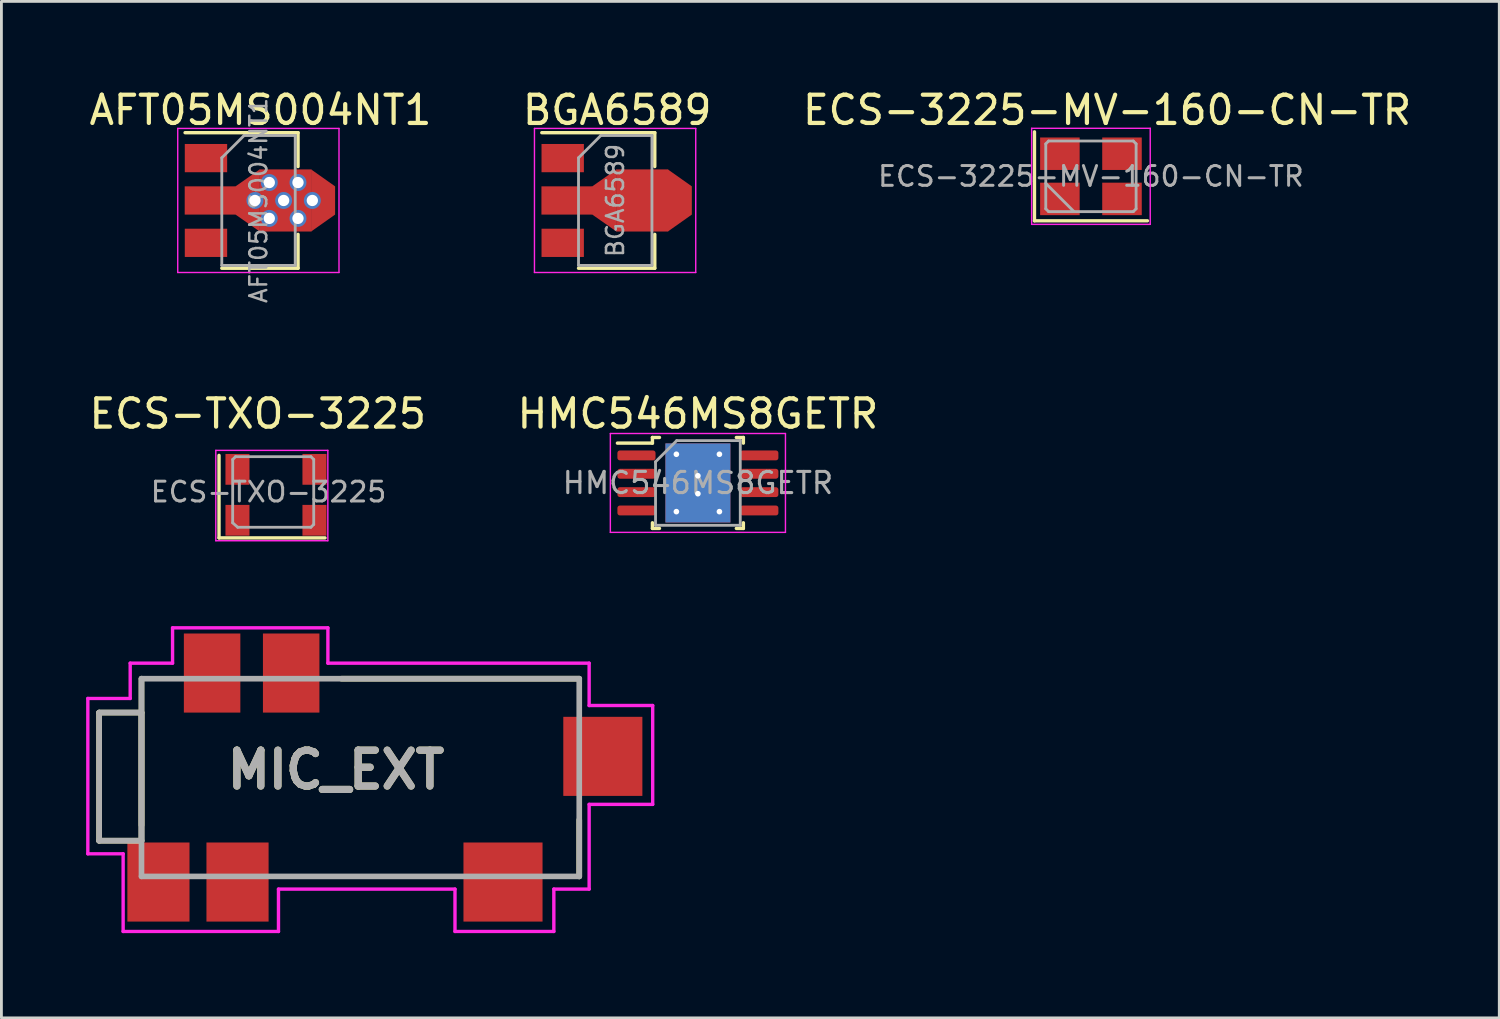
<source format=kicad_pcb>
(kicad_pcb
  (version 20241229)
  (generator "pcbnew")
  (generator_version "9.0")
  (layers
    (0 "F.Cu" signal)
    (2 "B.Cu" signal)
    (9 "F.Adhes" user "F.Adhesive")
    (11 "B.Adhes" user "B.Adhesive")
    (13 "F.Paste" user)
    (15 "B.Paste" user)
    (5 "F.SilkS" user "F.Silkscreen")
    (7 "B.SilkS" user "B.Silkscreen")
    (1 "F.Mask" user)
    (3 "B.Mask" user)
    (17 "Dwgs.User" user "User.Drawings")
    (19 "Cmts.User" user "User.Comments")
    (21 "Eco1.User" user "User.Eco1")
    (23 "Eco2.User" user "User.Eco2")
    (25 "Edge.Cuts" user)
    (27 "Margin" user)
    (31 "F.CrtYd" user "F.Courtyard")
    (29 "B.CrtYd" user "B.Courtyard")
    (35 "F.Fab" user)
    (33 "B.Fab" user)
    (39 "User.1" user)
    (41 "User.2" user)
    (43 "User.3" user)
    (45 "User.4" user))
  (footprint "ECS-3225-MV-160-CN-TR"
    (layer "F.Cu")
    (at 36.149 0.348)
    (property "Reference" "ECS-3225-MV-160-CN-TR" (at 0 0.5 0) (layer "F.SilkS") (effects (font (size 1 1) (thickness 0.15))))
    (attr through_hole)
    (fp_line (start -2.571 1.27) (end -2.571 4.42) (stroke (width 0.12) (type solid)) (layer "F.SilkS"))
    (fp_line (start -2.571 4.42) (end 1.429 4.42) (stroke (width 0.12) (type solid)) (layer "F.SilkS"))
    (fp_line (start -2.671 1.145) (end -2.671 4.545) (stroke (width 0.05) (type solid)) (layer "F.CrtYd"))
    (fp_line (start -2.671 4.545) (end 1.528 4.545) (stroke (width 0.05) (type solid)) (layer "F.CrtYd"))
    (fp_line (start 1.528 1.145) (end -2.671 1.145) (stroke (width 0.05) (type solid)) (layer "F.CrtYd"))
    (fp_line (start 1.528 4.545) (end 1.528 1.145) (stroke (width 0.05) (type solid)) (layer "F.CrtYd"))
    (fp_line (start -2.171 1.695) (end -2.071 1.595) (stroke (width 0.1) (type solid)) (layer "F.Fab"))
    (fp_line (start -2.171 3.095) (end -1.171 4.095) (stroke (width 0.1) (type solid)) (layer "F.Fab"))
    (fp_line (start -2.171 3.995) (end -2.171 1.695) (stroke (width 0.1) (type solid)) (layer "F.Fab"))
    (fp_line (start -2.071 1.595) (end 0.928 1.595) (stroke (width 0.1) (type solid)) (layer "F.Fab"))
    (fp_line (start -2.071 4.095) (end -2.171 3.995) (stroke (width 0.1) (type solid)) (layer "F.Fab"))
    (fp_line (start 0.928 1.595) (end 1.028 1.695) (stroke (width 0.1) (type solid)) (layer "F.Fab"))
    (fp_line (start 0.928 4.095) (end -2.071 4.095) (stroke (width 0.1) (type solid)) (layer "F.Fab"))
    (fp_line (start 1.028 1.695) (end 1.028 3.995) (stroke (width 0.1) (type solid)) (layer "F.Fab"))
    (fp_line (start 1.028 3.995) (end 0.928 4.095) (stroke (width 0.1) (type solid)) (layer "F.Fab"))
    (fp_text user "${REFERENCE}" (at -0.572 2.845 0) (layer "F.Fab") (effects (font (size 0.7 0.7) (thickness 0.105))))
    (pad "1" smd rect (at -1.671 3.645) (size 1.4 1.15) (layers "F.Cu" "F.Mask" "F.Paste"))
    (pad "2" smd rect (at 0.528 3.645) (size 1.4 1.15) (layers "F.Cu" "F.Mask" "F.Paste"))
    (pad "3" smd rect (at 0.528 2.045) (size 1.4 1.15) (layers "F.Cu" "F.Mask" "F.Paste"))
    (pad "4" smd rect (at -1.671 2.045) (size 1.4 1.15) (layers "F.Cu" "F.Mask" "F.Paste")))
  (footprint "BGA6589"
    (layer "F.Cu")
    (at 18.354 4.048)
    (property "Reference" "BGA6589" (at 0.45 -3.2 0) (layer "F.SilkS") (effects (font (size 1 1) (thickness 0.15))))
    (attr smd)
    (fp_line (start -2.22 -2.4) (end 1.78 -2.4) (stroke (width 0.12) (type solid)) (layer "F.SilkS"))
    (fp_line (start 1.78 -2.4) (end 1.78 -1.2) (stroke (width 0.12) (type solid)) (layer "F.SilkS"))
    (fp_line (start 1.78 1.2) (end 1.78 2.4) (stroke (width 0.12) (type solid)) (layer "F.SilkS"))
    (fp_line (start 1.78 2.4) (end -0.92 2.4) (stroke (width 0.12) (type solid)) (layer "F.SilkS"))
    (fp_line (start -2.48 2.55) (end -2.48 -2.55) (stroke (width 0.05) (type solid)) (layer "F.CrtYd"))
    (fp_line (start -2.48 2.55) (end 3.23 2.55) (stroke (width 0.05) (type solid)) (layer "F.CrtYd"))
    (fp_line (start 3.23 -2.55) (end -2.48 -2.55) (stroke (width 0.05) (type solid)) (layer "F.CrtYd"))
    (fp_line (start 3.23 -2.55) (end 3.23 2.55) (stroke (width 0.05) (type solid)) (layer "F.CrtYd"))
    (fp_line (start -0.92 -1.51) (end -0.13 -2.3) (stroke (width 0.1) (type solid)) (layer "F.Fab"))
    (fp_line (start -0.92 2.3) (end -0.92 -1.51) (stroke (width 0.1) (type solid)) (layer "F.Fab"))
    (fp_line (start -0.13 -2.3) (end 1.68 -2.3) (stroke (width 0.1) (type solid)) (layer "F.Fab"))
    (fp_line (start 1.68 -2.3) (end 1.68 2.3) (stroke (width 0.1) (type solid)) (layer "F.Fab"))
    (fp_line (start 1.68 2.3) (end -0.92 2.3) (stroke (width 0.1) (type solid)) (layer "F.Fab"))
    (fp_text user "${REFERENCE}" (at 0.38 0 90) (layer "F.Fab") (effects (font (size 0.6 0.6) (thickness 0.09))))
    (pad "1" smd rect (at -1.48 1.5 270) (size 1 1.5) (layers "F.Cu" "F.Mask" "F.Paste"))
    (pad "2" smd rect (at -1.333 0 270) (size 1 1.8) (layers "F.Cu" "F.Mask" "F.Paste"))
    (pad "2" smd trapezoid (at -0.076 0 90) (size 1.5 1) (rect_delta 0 0.7) (layers "F.Cu" "F.Mask" "F.Paste"))
    (pad "2" smd rect (at 1.333 0 270) (size 2.2 1.84) (layers "F.Cu" "F.Mask" "F.Paste"))
    (pad "2" smd trapezoid (at 2.667 0 270) (size 1.6 0.85) (rect_delta 0 0.6) (layers "F.Cu" "F.Mask" "F.Paste"))
    (pad "3" smd rect (at -1.48 -1.5 270) (size 1 1.5) (layers "F.Cu" "F.Mask" "F.Paste")))
  (footprint "ECS-TXO-3225"
    (layer "F.Cu")
    (at 6.458 14.369)
    (property "Reference" "ECS-TXO-3225" (at -0.381 -2.769 0) (layer "F.SilkS") (effects (font (size 1 1) (thickness 0.15))))
    (attr smd)
    (fp_line (start -1.753 -1.295) (end -1.753 1.626) (stroke (width 0.12) (type solid)) (layer "F.SilkS"))
    (fp_line (start -1.753 1.626) (end 2 1.626) (stroke (width 0.12) (type solid)) (layer "F.SilkS"))
    (fp_line (start -1.867 -1.473) (end -1.867 1.727) (stroke (width 0.05) (type solid)) (layer "F.CrtYd"))
    (fp_line (start -1.867 1.727) (end 2.1 1.727) (stroke (width 0.05) (type solid)) (layer "F.CrtYd"))
    (fp_line (start 2.1 -1.473) (end -1.867 -1.473) (stroke (width 0.05) (type solid)) (layer "F.CrtYd"))
    (fp_line (start 2.1 1.727) (end 2.1 -1.473) (stroke (width 0.05) (type solid)) (layer "F.CrtYd"))
    (fp_line (start -1.27 1.092) (end -1.268 -1.15) (stroke (width 0.1) (type solid)) (layer "F.Fab"))
    (fp_line (start -1.268 -1.15) (end -1.168 -1.25) (stroke (width 0.1) (type solid)) (layer "F.Fab"))
    (fp_line (start -1.168 -1.25) (end 1.5 -1.25) (stroke (width 0.1) (type solid)) (layer "F.Fab"))
    (fp_line (start -1.092 1.25) (end -1.27 1.092) (stroke (width 0.1) (type solid)) (layer "F.Fab"))
    (fp_line (start 1.5 -1.25) (end 1.6 -1.15) (stroke (width 0.1) (type solid)) (layer "F.Fab"))
    (fp_line (start 1.5 1.25) (end -1.092 1.25) (stroke (width 0.1) (type solid)) (layer "F.Fab"))
    (fp_line (start 1.6 -1.15) (end 1.6 1.15) (stroke (width 0.1) (type solid)) (layer "F.Fab"))
    (fp_line (start 1.6 1.15) (end 1.5 1.25) (stroke (width 0.1) (type solid)) (layer "F.Fab"))
    (fp_text user "${REFERENCE}" (at 0 0 0) (layer "F.Fab") (effects (font (size 0.7 0.7) (thickness 0.105))))
    (pad "1" smd rect (at -1.1 1.003) (size 0.85 1.09) (layers "F.Cu" "F.Mask" "F.Paste"))
    (pad "2" smd rect (at 1.626 1.003) (size 0.85 1.09) (layers "F.Cu" "F.Mask" "F.Paste"))
    (pad "3" smd rect (at 1.626 -0.8) (size 0.85 1.09) (layers "F.Cu" "F.Mask" "F.Paste"))
    (pad "4" smd rect (at -1.1 -0.8) (size 0.85 1.09) (layers "F.Cu" "F.Mask" "F.Paste")))
  (footprint "MIC_EXT"
    (layer "F.Cu")
    (at 2.56 28.181)
    (property "Reference" "MIC_EXT" (at 6.286 -3.974 0) (layer "F.SilkS") (effects (font (size 1.27 1.27) (thickness 0.254))))
    (attr smd)
    (fp_line (start -2.1 -6) (end -0.6 -6) (stroke (width 0.2) (type solid)) (layer "F.SilkS"))
    (fp_line (start -2.1 -1.463) (end -2.1 -6) (stroke (width 0.2) (type solid)) (layer "F.SilkS"))
    (fp_line (start -0.6 -7.2) (end -0.6 -2.01) (stroke (width 0.2) (type solid)) (layer "F.SilkS"))
    (fp_line (start -0.6 -6) (end -0.6 -1.463) (stroke (width 0.2) (type solid)) (layer "F.SilkS"))
    (fp_line (start -0.6 -1.463) (end -2.1 -1.463) (stroke (width 0.2) (type solid)) (layer "F.SilkS"))
    (fp_line (start 14.9 -7.2) (end 6.48 -7.2) (stroke (width 0.2) (type solid)) (layer "F.SilkS"))
    (fp_line (start 14.9 -0.2) (end 14.9 -2.201) (stroke (width 0.2) (type solid)) (layer "F.SilkS"))
    (fp_line (start -2.5 -6.5) (end -1 -6.5) (stroke (width 0.12) (type solid)) (layer "F.CrtYd"))
    (fp_line (start -2.5 -1) (end -2.5 -6.5) (stroke (width 0.12) (type solid)) (layer "F.CrtYd"))
    (fp_line (start -1.25 -1) (end -2.5 -1) (stroke (width 0.12) (type solid)) (layer "F.CrtYd"))
    (fp_line (start -1.25 1.75) (end -1.25 -1) (stroke (width 0.12) (type solid)) (layer "F.CrtYd"))
    (fp_line (start -1 -7.75) (end 0.5 -7.75) (stroke (width 0.12) (type solid)) (layer "F.CrtYd"))
    (fp_line (start -1 -6.5) (end -1 -7.75) (stroke (width 0.12) (type solid)) (layer "F.CrtYd"))
    (fp_line (start 0.5 -9) (end 6 -9) (stroke (width 0.12) (type solid)) (layer "F.CrtYd"))
    (fp_line (start 0.5 -7.75) (end 0.5 -9) (stroke (width 0.12) (type solid)) (layer "F.CrtYd"))
    (fp_line (start 4.25 0.25) (end 4.25 1.75) (stroke (width 0.12) (type solid)) (layer "F.CrtYd"))
    (fp_line (start 4.25 1.75) (end -1.25 1.75) (stroke (width 0.12) (type solid)) (layer "F.CrtYd"))
    (fp_line (start 6 -9) (end 6 -7.75) (stroke (width 0.12) (type solid)) (layer "F.CrtYd"))
    (fp_line (start 6 -7.75) (end 15.25 -7.75) (stroke (width 0.12) (type solid)) (layer "F.CrtYd"))
    (fp_line (start 10.5 0.25) (end 4.25 0.25) (stroke (width 0.12) (type solid)) (layer "F.CrtYd"))
    (fp_line (start 10.5 1.75) (end 10.5 0.25) (stroke (width 0.12) (type solid)) (layer "F.CrtYd"))
    (fp_line (start 14 0.25) (end 14 1.75) (stroke (width 0.12) (type solid)) (layer "F.CrtYd"))
    (fp_line (start 14 1.75) (end 10.5 1.75) (stroke (width 0.12) (type solid)) (layer "F.CrtYd"))
    (fp_line (start 15.25 -7.75) (end 15.25 -6.25) (stroke (width 0.12) (type solid)) (layer "F.CrtYd"))
    (fp_line (start 15.25 -6.25) (end 17.5 -6.25) (stroke (width 0.12) (type solid)) (layer "F.CrtYd"))
    (fp_line (start 15.25 -2.75) (end 15.25 0.25) (stroke (width 0.12) (type solid)) (layer "F.CrtYd"))
    (fp_line (start 15.25 0.25) (end 14 0.25) (stroke (width 0.12) (type solid)) (layer "F.CrtYd"))
    (fp_line (start 17.5 -6.25) (end 17.5 -2.75) (stroke (width 0.12) (type solid)) (layer "F.CrtYd"))
    (fp_line (start 17.5 -2.75) (end 15.25 -2.75) (stroke (width 0.12) (type solid)) (layer "F.CrtYd"))
    (fp_line (start -2.1 -6) (end -0.6 -6) (stroke (width 0.2) (type solid)) (layer "F.Fab"))
    (fp_line (start -2.1 -1.463) (end -2.1 -6) (stroke (width 0.2) (type solid)) (layer "F.Fab"))
    (fp_line (start -0.6 -7.2) (end 14.9 -7.2) (stroke (width 0.2) (type solid)) (layer "F.Fab"))
    (fp_line (start -0.6 -6) (end -0.6 -1.463) (stroke (width 0.2) (type solid)) (layer "F.Fab"))
    (fp_line (start -0.6 -1.463) (end -2.1 -1.463) (stroke (width 0.2) (type solid)) (layer "F.Fab"))
    (fp_line (start -0.6 -0.2) (end -0.6 -7.2) (stroke (width 0.2) (type solid)) (layer "F.Fab"))
    (fp_line (start 14.9 -7.2) (end 14.9 -0.2) (stroke (width 0.2) (type solid)) (layer "F.Fab"))
    (fp_line (start 14.9 -0.2) (end -0.6 -0.2) (stroke (width 0.2) (type solid)) (layer "F.Fab"))
    (fp_text user "${REFERENCE}" (at 6.286 -3.974 0) (layer "F.Fab") (effects (font (size 1.27 1.27) (thickness 0.254))))
    (pad "" np_thru_hole circle (at 3.9 -3.7) (size 0.001 0.001) (drill 1.7) (layers "*.Cu" "*.Mask"))
    (pad "" np_thru_hole circle (at 10.9 -3.7) (size 0.001 0.001) (drill 1.7) (layers "*.Cu" "*.Mask"))
    (pad "1" smd rect (at 12.2 0 90) (size 2.8 2.8) (layers "F.Cu" "F.Mask" "F.Paste"))
    (pad "2" smd rect (at 4.7 -7.4) (size 2 2.8) (layers "F.Cu" "F.Mask" "F.Paste"))
    (pad "3" smd rect (at 0 0) (size 2.2 2.8) (layers "F.Cu" "F.Mask" "F.Paste"))
    (pad "3" smd rect (at 2.8 0) (size 2.2 2.8) (layers "F.Cu" "F.Mask" "F.Paste"))
    (pad "4" smd rect (at 15.735 -4.45 90) (size 2.8 2.8) (layers "F.Cu" "F.Mask" "F.Paste"))
    (pad "5" smd rect (at 1.9 -7.4) (size 2 2.8) (layers "F.Cu" "F.Mask" "F.Paste")))
  (footprint "AFT05MS004NT1"
    (layer "F.Cu")
    (at 5.723 4.048)
    (property "Reference" "AFT05MS004NT1" (at 0.45 -3.2 0) (layer "F.SilkS") (effects (font (size 1 1) (thickness 0.15))))
    (attr smd)
    (fp_line (start -2.22 -2.4) (end 1.78 -2.4) (stroke (width 0.12) (type solid)) (layer "F.SilkS"))
    (fp_line (start 1.78 -2.4) (end 1.78 -1.2) (stroke (width 0.12) (type solid)) (layer "F.SilkS"))
    (fp_line (start 1.78 1.2) (end 1.78 2.4) (stroke (width 0.12) (type solid)) (layer "F.SilkS"))
    (fp_line (start 1.78 2.4) (end -0.92 2.4) (stroke (width 0.12) (type solid)) (layer "F.SilkS"))
    (fp_line (start -2.48 2.55) (end -2.48 -2.55) (stroke (width 0.05) (type solid)) (layer "F.CrtYd"))
    (fp_line (start -2.48 2.55) (end 3.23 2.55) (stroke (width 0.05) (type solid)) (layer "F.CrtYd"))
    (fp_line (start 3.23 -2.55) (end -2.48 -2.55) (stroke (width 0.05) (type solid)) (layer "F.CrtYd"))
    (fp_line (start 3.23 -2.55) (end 3.23 2.55) (stroke (width 0.05) (type solid)) (layer "F.CrtYd"))
    (fp_line (start -0.92 -1.51) (end -0.13 -2.3) (stroke (width 0.1) (type solid)) (layer "F.Fab"))
    (fp_line (start -0.92 2.3) (end -0.92 -1.51) (stroke (width 0.1) (type solid)) (layer "F.Fab"))
    (fp_line (start -0.13 -2.3) (end 1.68 -2.3) (stroke (width 0.1) (type solid)) (layer "F.Fab"))
    (fp_line (start 1.68 -2.3) (end 1.68 2.3) (stroke (width 0.1) (type solid)) (layer "F.Fab"))
    (fp_line (start 1.68 2.3) (end -0.92 2.3) (stroke (width 0.1) (type solid)) (layer "F.Fab"))
    (fp_text user "${REFERENCE}" (at 0.38 0 90) (layer "F.Fab") (effects (font (size 0.6 0.6) (thickness 0.09))))
    (pad "D" smd rect (at -1.48 1.5 270) (size 1 1.5) (layers "F.Cu" "F.Mask" "F.Paste"))
    (pad "G" smd rect (at -1.48 -1.5 270) (size 1 1.5) (layers "F.Cu" "F.Mask" "F.Paste"))
    (pad "S" smd rect (at -1.333 0 270) (size 1 1.8) (layers "F.Cu" "F.Mask" "F.Paste"))
    (pad "S" smd trapezoid (at -0.076 0 90) (size 1.5 1) (rect_delta 0 0.7) (layers "F.Cu" "F.Mask" "F.Paste"))
    (pad "S" thru_hole circle (at 0.254 0) (size 0.6 0.6) (drill 0.4) (layers "*.Cu" "*.Mask"))
    (pad "S" thru_hole circle (at 0.762 -0.635) (size 0.6 0.6) (drill 0.4) (layers "*.Cu" "*.Mask"))
    (pad "S" thru_hole circle (at 0.762 0.635) (size 0.6 0.6) (drill 0.4) (layers "*.Cu" "*.Mask"))
    (pad "S" thru_hole circle (at 1.27 0) (size 0.6 0.6) (drill 0.4) (layers "*.Cu" "*.Mask"))
    (pad "S" smd rect (at 1.333 0 270) (size 2.2 1.84) (layers "F.Cu" "F.Mask" "F.Paste"))
    (pad "S" thru_hole circle (at 1.778 -0.635) (size 0.6 0.6) (drill 0.4) (layers "*.Cu" "*.Mask"))
    (pad "S" thru_hole circle (at 1.778 0.635) (size 0.6 0.6) (drill 0.4) (layers "*.Cu" "*.Mask"))
    (pad "S" thru_hole circle (at 2.286 0) (size 0.6 0.6) (drill 0.4) (layers "*.Cu" "*.Mask"))
    (pad "S" smd trapezoid (at 2.667 0 270) (size 1.6 0.85) (rect_delta 0 0.6) (layers "F.Cu" "F.Mask" "F.Paste")))
  (footprint "HMC546MS8GETR"
    (layer "F.Cu")
    (at 21.661 14.05)
    (property "Reference" "HMC546MS8GETR" (at 0 -2.45 0) (layer "F.SilkS") (effects (font (size 1 1) (thickness 0.15))))
    (attr smd)
    (fp_line (start -1.61 -1.61) (end -1.61 -1.41) (stroke (width 0.12) (type solid)) (layer "F.SilkS"))
    (fp_line (start -1.61 -1.41) (end -2.85 -1.41) (stroke (width 0.12) (type solid)) (layer "F.SilkS"))
    (fp_line (start -1.61 1.61) (end -1.61 1.41) (stroke (width 0.12) (type solid)) (layer "F.SilkS"))
    (fp_line (start -1.361 -1.61) (end -1.61 -1.61) (stroke (width 0.12) (type solid)) (layer "F.SilkS"))
    (fp_line (start -1.361 1.61) (end -1.61 1.61) (stroke (width 0.12) (type solid)) (layer "F.SilkS"))
    (fp_line (start 1.361 -1.61) (end 1.61 -1.61) (stroke (width 0.12) (type solid)) (layer "F.SilkS"))
    (fp_line (start 1.361 1.61) (end 1.61 1.61) (stroke (width 0.12) (type solid)) (layer "F.SilkS"))
    (fp_line (start 1.61 -1.61) (end 1.61 -1.41) (stroke (width 0.12) (type solid)) (layer "F.SilkS"))
    (fp_line (start 1.61 1.61) (end 1.61 1.41) (stroke (width 0.12) (type solid)) (layer "F.SilkS"))
    (fp_line (start -3.1 -1.75) (end -3.1 1.75) (stroke (width 0.05) (type solid)) (layer "F.CrtYd"))
    (fp_line (start -3.1 1.75) (end 3.1 1.75) (stroke (width 0.05) (type solid)) (layer "F.CrtYd"))
    (fp_line (start 3.1 -1.75) (end -3.1 -1.75) (stroke (width 0.05) (type solid)) (layer "F.CrtYd"))
    (fp_line (start 3.1 1.75) (end 3.1 -1.75) (stroke (width 0.05) (type solid)) (layer "F.CrtYd"))
    (fp_line (start -1.5 -0.75) (end -0.75 -1.5) (stroke (width 0.1) (type solid)) (layer "F.Fab"))
    (fp_line (start -1.5 1.5) (end -1.5 -0.75) (stroke (width 0.1) (type solid)) (layer "F.Fab"))
    (fp_line (start -0.75 -1.5) (end 1.5 -1.5) (stroke (width 0.1) (type solid)) (layer "F.Fab"))
    (fp_line (start 1.5 -1.5) (end 1.5 1.5) (stroke (width 0.1) (type solid)) (layer "F.Fab"))
    (fp_line (start 1.5 1.5) (end -1.5 1.5) (stroke (width 0.1) (type solid)) (layer "F.Fab"))
    (fp_text user "${REFERENCE}" (at 0 0 0) (layer "F.Fab") (effects (font (size 0.75 0.75) (thickness 0.11))))
    (pad "1" smd roundrect (at -2.175 -0.975) (size 1.35 0.35) (layers "F.Cu" "F.Mask" "F.Paste") (roundrect_rratio 0.25))
    (pad "2" smd roundrect (at -2.175 -0.325) (size 1.35 0.35) (layers "F.Cu" "F.Mask" "F.Paste") (roundrect_rratio 0.25))
    (pad "2" smd rect (at 0 0 180) (size 2.3 2.8) (layers "B.Cu" "B.Mask" "B.Paste"))
    (pad "3" smd roundrect (at -2.175 0.325) (size 1.35 0.35) (layers "F.Cu" "F.Mask" "F.Paste") (roundrect_rratio 0.25))
    (pad "4" smd roundrect (at -2.175 0.975) (size 1.35 0.35) (layers "F.Cu" "F.Mask" "F.Paste") (roundrect_rratio 0.25))
    (pad "5" smd roundrect (at 2.175 0.975) (size 1.35 0.35) (layers "F.Cu" "F.Mask" "F.Paste") (roundrect_rratio 0.25))
    (pad "6" smd roundrect (at 2.175 0.325) (size 1.35 0.35) (layers "F.Cu" "F.Mask" "F.Paste") (roundrect_rratio 0.25))
    (pad "7" smd roundrect (at 2.175 -0.325) (size 1.35 0.35) (layers "F.Cu" "F.Mask" "F.Paste") (roundrect_rratio 0.25))
    (pad "8" smd roundrect (at 2.175 -0.975) (size 1.35 0.35) (layers "F.Cu" "F.Mask" "F.Paste") (roundrect_rratio 0.25))
    (pad "EP" thru_hole circle (at -0.762 -1.016) (size 0.5 0.5) (drill 0.2) (layers "*.Cu"))
    (pad "EP" thru_hole circle (at -0.762 1.016) (size 0.5 0.5) (drill 0.2) (layers "*.Cu"))
    (pad "EP" thru_hole circle (at 0 -0.254) (size 0.5 0.5) (drill 0.2) (layers "*.Cu"))
    (pad "EP" smd rect (at 0 0) (size 2.3 2.8) (layers "F.Cu" "F.Mask" "F.Paste"))
    (pad "EP" thru_hole circle (at 0 0.381) (size 0.5 0.5) (drill 0.2) (layers "*.Cu"))
    (pad "EP" thru_hole circle (at 0.762 -1.016) (size 0.5 0.5) (drill 0.2) (layers "*.Cu"))
    (pad "EP" thru_hole circle (at 0.762 1.016) (size 0.5 0.5) (drill 0.2) (layers "*.Cu")))
  (gr_rect
    (start -3 -3)
    (end 50.036 32.991)
    (stroke (width 0.1) (type default))
    (fill no)
    (layer "Edge.Cuts")))
</source>
